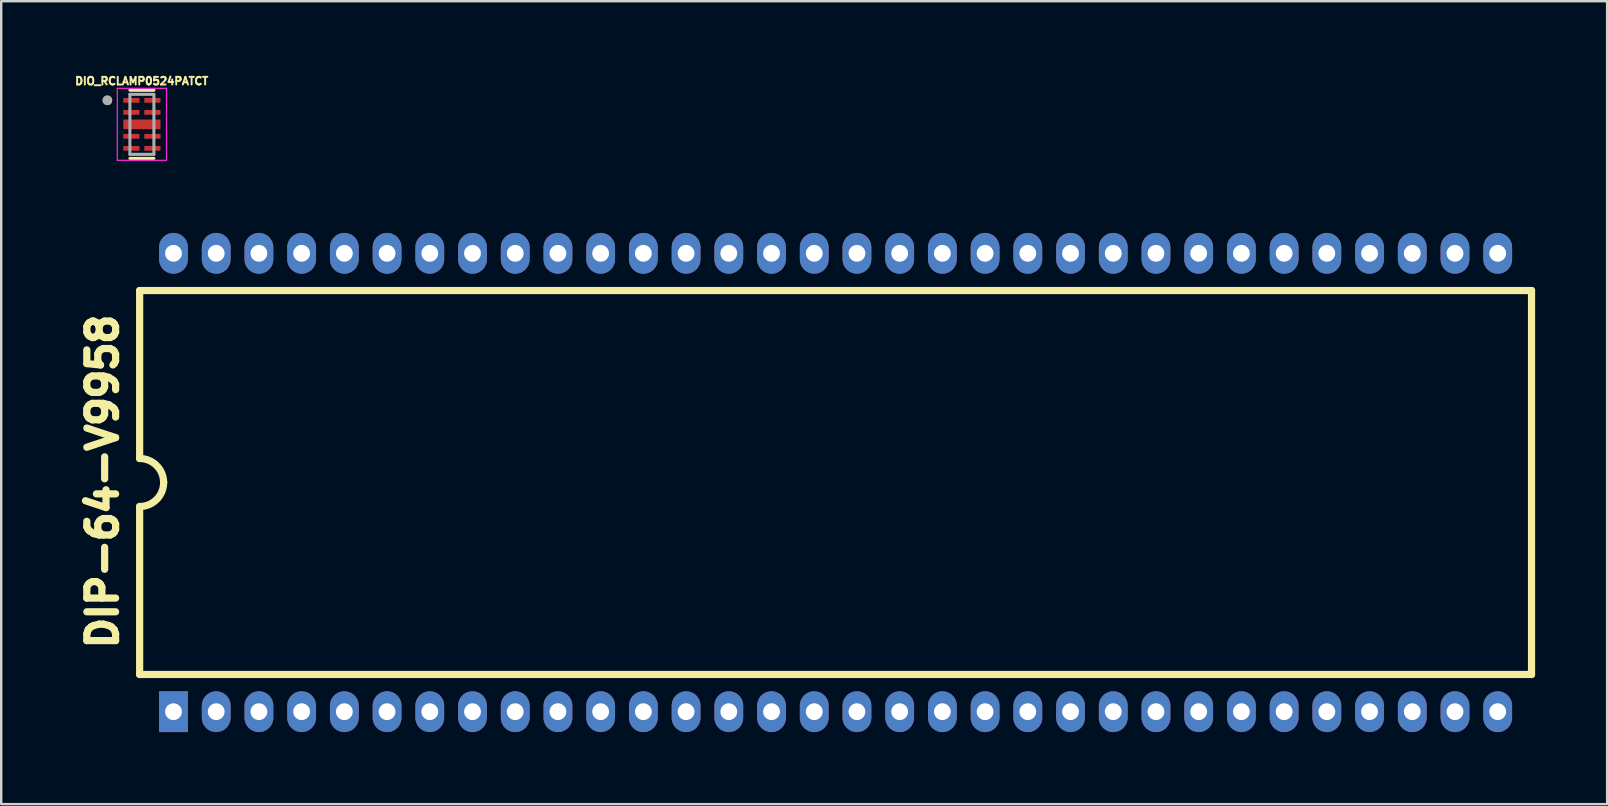
<source format=kicad_pcb>
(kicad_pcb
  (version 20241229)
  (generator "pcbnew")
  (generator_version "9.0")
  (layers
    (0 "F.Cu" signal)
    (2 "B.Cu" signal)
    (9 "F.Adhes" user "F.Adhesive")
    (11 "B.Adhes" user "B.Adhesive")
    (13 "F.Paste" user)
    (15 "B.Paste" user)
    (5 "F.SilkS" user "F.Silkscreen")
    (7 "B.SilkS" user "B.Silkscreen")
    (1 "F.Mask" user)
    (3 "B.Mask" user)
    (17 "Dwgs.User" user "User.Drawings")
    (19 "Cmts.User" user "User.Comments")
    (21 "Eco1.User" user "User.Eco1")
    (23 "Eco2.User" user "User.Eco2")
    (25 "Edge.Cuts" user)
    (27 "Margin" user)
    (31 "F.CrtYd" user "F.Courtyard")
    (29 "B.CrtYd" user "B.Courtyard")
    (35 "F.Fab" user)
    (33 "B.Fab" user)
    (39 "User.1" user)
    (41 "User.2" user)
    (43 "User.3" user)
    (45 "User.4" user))
  (footprint "DIP-64-V9958"
    (layer "F.Cu")
    (at 31.769 17.056)
    (property "Reference" "DIP-64-V9958" (at -30.541 -0.041 90) (layer "F.SilkS") (effects (font (size 1.2 1.2) (thickness 0.3))))
    (attr through_hole)
    (fp_line (start -29 -8) (end -29 -1) (stroke (width 0.3) (type solid)) (layer "F.SilkS"))
    (fp_line (start -29 1) (end -29 8) (stroke (width 0.3) (type solid)) (layer "F.SilkS"))
    (fp_line (start -29 8) (end 29 8) (stroke (width 0.3) (type solid)) (layer "F.SilkS"))
    (fp_line (start 29 -8) (end -29 -8) (stroke (width 0.3) (type solid)) (layer "F.SilkS"))
    (fp_line (start 29 8) (end 29 -8) (stroke (width 0.3) (type solid)) (layer "F.SilkS"))
    (fp_arc (start -29 -1) (mid -28.292893 -0.707107) (end -28 0) (stroke (width 0.3) (type solid)) (layer "F.SilkS"))
    (fp_arc (start -28 0) (mid -28.292893 0.707107) (end -29 1) (stroke (width 0.3) (type solid)) (layer "F.SilkS"))
    (pad "1" thru_hole rect (at -27.59 9.55) (size 1.2 1.7) (drill 0.7) (layers "*.Cu" "*.Mask"))
    (pad "2" thru_hole oval (at -25.81 9.55) (size 1.2 1.7) (drill 0.7) (layers "*.Cu" "*.Mask"))
    (pad "3" thru_hole oval (at -24.03 9.55) (size 1.2 1.7) (drill 0.7) (layers "*.Cu" "*.Mask"))
    (pad "4" thru_hole oval (at -22.25 9.55) (size 1.2 1.7) (drill 0.7) (layers "*.Cu" "*.Mask"))
    (pad "5" thru_hole oval (at -20.47 9.55) (size 1.2 1.7) (drill 0.7) (layers "*.Cu" "*.Mask"))
    (pad "6" thru_hole oval (at -18.69 9.55) (size 1.2 1.7) (drill 0.7) (layers "*.Cu" "*.Mask"))
    (pad "7" thru_hole oval (at -16.91 9.55) (size 1.2 1.7) (drill 0.7) (layers "*.Cu" "*.Mask"))
    (pad "8" thru_hole oval (at -15.13 9.55) (size 1.2 1.7) (drill 0.7) (layers "*.Cu" "*.Mask"))
    (pad "9" thru_hole oval (at -13.35 9.55) (size 1.2 1.7) (drill 0.7) (layers "*.Cu" "*.Mask"))
    (pad "10" thru_hole oval (at -11.57 9.55) (size 1.2 1.7) (drill 0.7) (layers "*.Cu" "*.Mask"))
    (pad "11" thru_hole oval (at -9.79 9.55) (size 1.2 1.7) (drill 0.7) (layers "*.Cu" "*.Mask"))
    (pad "12" thru_hole oval (at -8.01 9.55) (size 1.2 1.7) (drill 0.7) (layers "*.Cu" "*.Mask"))
    (pad "13" thru_hole oval (at -6.23 9.55) (size 1.2 1.7) (drill 0.7) (layers "*.Cu" "*.Mask"))
    (pad "14" thru_hole oval (at -4.45 9.55) (size 1.2 1.7) (drill 0.7) (layers "*.Cu" "*.Mask"))
    (pad "15" thru_hole oval (at -2.67 9.55) (size 1.2 1.7) (drill 0.7) (layers "*.Cu" "*.Mask"))
    (pad "16" thru_hole oval (at -0.89 9.55) (size 1.2 1.7) (drill 0.7) (layers "*.Cu" "*.Mask"))
    (pad "17" thru_hole oval (at 0.89 9.55) (size 1.2 1.7) (drill 0.7) (layers "*.Cu" "*.Mask"))
    (pad "18" thru_hole oval (at 2.67 9.55) (size 1.2 1.7) (drill 0.7) (layers "*.Cu" "*.Mask"))
    (pad "19" thru_hole oval (at 4.45 9.55) (size 1.2 1.7) (drill 0.7) (layers "*.Cu" "*.Mask"))
    (pad "20" thru_hole oval (at 6.23 9.55) (size 1.2 1.7) (drill 0.7) (layers "*.Cu" "*.Mask"))
    (pad "21" thru_hole oval (at 8.01 9.55) (size 1.2 1.7) (drill 0.7) (layers "*.Cu" "*.Mask"))
    (pad "22" thru_hole oval (at 9.79 9.55) (size 1.2 1.7) (drill 0.7) (layers "*.Cu" "*.Mask"))
    (pad "23" thru_hole oval (at 11.57 9.55) (size 1.2 1.7) (drill 0.7) (layers "*.Cu" "*.Mask"))
    (pad "24" thru_hole oval (at 13.35 9.55) (size 1.2 1.7) (drill 0.7) (layers "*.Cu" "*.Mask"))
    (pad "25" thru_hole oval (at 15.13 9.55) (size 1.2 1.7) (drill 0.7) (layers "*.Cu" "*.Mask"))
    (pad "26" thru_hole oval (at 16.91 9.55) (size 1.2 1.7) (drill 0.7) (layers "*.Cu" "*.Mask"))
    (pad "27" thru_hole oval (at 18.69 9.55) (size 1.2 1.7) (drill 0.7) (layers "*.Cu" "*.Mask"))
    (pad "28" thru_hole oval (at 20.47 9.55) (size 1.2 1.7) (drill 0.7) (layers "*.Cu" "*.Mask"))
    (pad "29" thru_hole oval (at 22.25 9.55) (size 1.2 1.7) (drill 0.7) (layers "*.Cu" "*.Mask"))
    (pad "30" thru_hole oval (at 24.03 9.55) (size 1.2 1.7) (drill 0.7) (layers "*.Cu" "*.Mask"))
    (pad "31" thru_hole oval (at 25.81 9.55) (size 1.2 1.7) (drill 0.7) (layers "*.Cu" "*.Mask"))
    (pad "32" thru_hole oval (at 27.59 9.55) (size 1.2 1.7) (drill 0.7) (layers "*.Cu" "*.Mask"))
    (pad "33" thru_hole oval (at 27.59 -9.55) (size 1.2 1.7) (drill 0.7) (layers "*.Cu" "*.Mask"))
    (pad "34" thru_hole oval (at 25.81 -9.55) (size 1.2 1.7) (drill 0.7) (layers "*.Cu" "*.Mask"))
    (pad "35" thru_hole oval (at 24.03 -9.55) (size 1.2 1.7) (drill 0.7) (layers "*.Cu" "*.Mask"))
    (pad "36" thru_hole oval (at 22.25 -9.55) (size 1.2 1.7) (drill 0.7) (layers "*.Cu" "*.Mask"))
    (pad "37" thru_hole oval (at 20.47 -9.55) (size 1.2 1.7) (drill 0.7) (layers "*.Cu" "*.Mask"))
    (pad "38" thru_hole oval (at 18.69 -9.55) (size 1.2 1.7) (drill 0.7) (layers "*.Cu" "*.Mask"))
    (pad "39" thru_hole oval (at 16.91 -9.55) (size 1.2 1.7) (drill 0.7) (layers "*.Cu" "*.Mask"))
    (pad "40" thru_hole oval (at 15.13 -9.55) (size 1.2 1.7) (drill 0.7) (layers "*.Cu" "*.Mask"))
    (pad "41" thru_hole oval (at 13.35 -9.55) (size 1.2 1.7) (drill 0.7) (layers "*.Cu" "*.Mask"))
    (pad "42" thru_hole oval (at 11.57 -9.55) (size 1.2 1.7) (drill 0.7) (layers "*.Cu" "*.Mask"))
    (pad "43" thru_hole oval (at 9.79 -9.55) (size 1.2 1.7) (drill 0.7) (layers "*.Cu" "*.Mask"))
    (pad "44" thru_hole oval (at 8.01 -9.55) (size 1.2 1.7) (drill 0.7) (layers "*.Cu" "*.Mask"))
    (pad "45" thru_hole oval (at 6.23 -9.55) (size 1.2 1.7) (drill 0.7) (layers "*.Cu" "*.Mask"))
    (pad "46" thru_hole oval (at 4.45 -9.55) (size 1.2 1.7) (drill 0.7) (layers "*.Cu" "*.Mask"))
    (pad "47" thru_hole oval (at 2.67 -9.55) (size 1.2 1.7) (drill 0.7) (layers "*.Cu" "*.Mask"))
    (pad "48" thru_hole oval (at 0.89 -9.55) (size 1.2 1.7) (drill 0.7) (layers "*.Cu" "*.Mask"))
    (pad "49" thru_hole oval (at -0.89 -9.55) (size 1.2 1.7) (drill 0.7) (layers "*.Cu" "*.Mask"))
    (pad "50" thru_hole oval (at -2.67 -9.55) (size 1.2 1.7) (drill 0.7) (layers "*.Cu" "*.Mask"))
    (pad "51" thru_hole oval (at -4.45 -9.55) (size 1.2 1.7) (drill 0.7) (layers "*.Cu" "*.Mask"))
    (pad "52" thru_hole oval (at -6.23 -9.55) (size 1.2 1.7) (drill 0.7) (layers "*.Cu" "*.Mask"))
    (pad "53" thru_hole oval (at -8.01 -9.55) (size 1.2 1.7) (drill 0.7) (layers "*.Cu" "*.Mask"))
    (pad "54" thru_hole oval (at -9.79 -9.55) (size 1.2 1.7) (drill 0.7) (layers "*.Cu" "*.Mask"))
    (pad "55" thru_hole oval (at -11.57 -9.55) (size 1.2 1.7) (drill 0.7) (layers "*.Cu" "*.Mask"))
    (pad "56" thru_hole oval (at -13.35 -9.55) (size 1.2 1.7) (drill 0.7) (layers "*.Cu" "*.Mask"))
    (pad "57" thru_hole oval (at -15.13 -9.55) (size 1.2 1.7) (drill 0.7) (layers "*.Cu" "*.Mask"))
    (pad "58" thru_hole oval (at -16.91 -9.55) (size 1.2 1.7) (drill 0.7) (layers "*.Cu" "*.Mask"))
    (pad "59" thru_hole oval (at -18.69 -9.55) (size 1.2 1.7) (drill 0.7) (layers "*.Cu" "*.Mask"))
    (pad "60" thru_hole oval (at -20.47 -9.55) (size 1.2 1.7) (drill 0.7) (layers "*.Cu" "*.Mask"))
    (pad "61" thru_hole oval (at -22.25 -9.55) (size 1.2 1.7) (drill 0.7) (layers "*.Cu" "*.Mask"))
    (pad "62" thru_hole oval (at -24.03 -9.55) (size 1.2 1.7) (drill 0.7) (layers "*.Cu" "*.Mask"))
    (pad "63" thru_hole oval (at -25.81 -9.55) (size 1.2 1.7) (drill 0.7) (layers "*.Cu" "*.Mask"))
    (pad "64" thru_hole oval (at -27.59 -9.55) (size 1.2 1.7) (drill 0.7) (layers "*.Cu" "*.Mask")))
  (footprint "DIO_RCLAMP0524PATCT"
    (layer "F.Cu")
    (at 2.863 2.131)
    (property "Reference" "DIO_RCLAMP0524PATCT" (at -0.009 -1.803 0) (layer "F.SilkS") (effects (font (size 0.32 0.32) (thickness 0.15))))
    (attr smd)
    (fp_line (start -0.5 -1.42) (end 0.5 -1.42) (stroke (width 0.127) (type solid)) (layer "F.SilkS"))
    (fp_line (start 0.5 1.42) (end -0.5 1.42) (stroke (width 0.127) (type solid)) (layer "F.SilkS"))
    (fp_circle (center -1.438 -1) (end -1.337 -1) (stroke (width 0.2) (type solid)) (fill no) (layer "F.SilkS"))
    (fp_line (start -1.025 -1.5) (end -1.025 1.5) (stroke (width 0.05) (type solid)) (layer "F.CrtYd"))
    (fp_line (start -1.025 1.5) (end 1.025 1.5) (stroke (width 0.05) (type solid)) (layer "F.CrtYd"))
    (fp_line (start 1.025 -1.5) (end -1.025 -1.5) (stroke (width 0.05) (type solid)) (layer "F.CrtYd"))
    (fp_line (start 1.025 1.5) (end 1.025 -1.5) (stroke (width 0.05) (type solid)) (layer "F.CrtYd"))
    (fp_line (start -0.5 -1.25) (end 0.5 -1.25) (stroke (width 0.127) (type solid)) (layer "F.Fab"))
    (fp_line (start -0.5 1.25) (end -0.5 -1.25) (stroke (width 0.127) (type solid)) (layer "F.Fab"))
    (fp_line (start 0.5 -1.25) (end 0.5 1.25) (stroke (width 0.127) (type solid)) (layer "F.Fab"))
    (fp_line (start 0.5 1.25) (end -0.5 1.25) (stroke (width 0.127) (type solid)) (layer "F.Fab"))
    (fp_circle (center -1.438 -1) (end -1.337 -1) (stroke (width 0.2) (type solid)) (fill no) (layer "F.Fab"))
    (pad "1" smd rect (at -0.438 -1) (size 0.675 0.2) (layers "F.Cu" "F.Mask" "F.Paste"))
    (pad "2" smd rect (at -0.438 -0.5) (size 0.675 0.2) (layers "F.Cu" "F.Mask" "F.Paste"))
    (pad "3_8" smd rect (at 0 0) (size 1.55 0.4) (layers "F.Cu" "F.Mask" "F.Paste"))
    (pad "4" smd rect (at -0.438 0.5) (size 0.675 0.2) (layers "F.Cu" "F.Mask" "F.Paste"))
    (pad "5" smd rect (at -0.438 1) (size 0.675 0.2) (layers "F.Cu" "F.Mask" "F.Paste"))
    (pad "6" smd rect (at 0.438 1) (size 0.675 0.2) (layers "F.Cu" "F.Mask" "F.Paste"))
    (pad "7" smd rect (at 0.438 0.5) (size 0.675 0.2) (layers "F.Cu" "F.Mask" "F.Paste"))
    (pad "9" smd rect (at 0.438 -0.5) (size 0.675 0.2) (layers "F.Cu" "F.Mask" "F.Paste"))
    (pad "10" smd rect (at 0.438 -1) (size 0.675 0.2) (layers "F.Cu" "F.Mask" "F.Paste")))
  (gr_rect
    (start -3 -3)
    (end 63.919 30.457)
    (stroke (width 0.1) (type default))
    (fill no)
    (layer "Edge.Cuts")))
</source>
